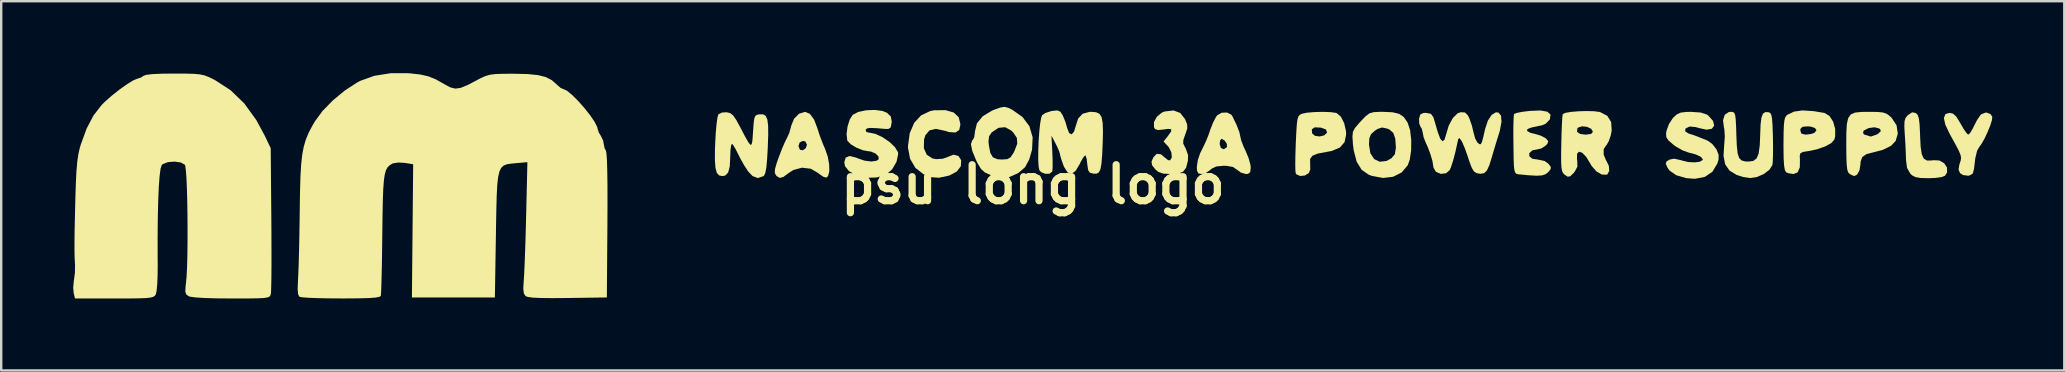
<source format=kicad_pcb>
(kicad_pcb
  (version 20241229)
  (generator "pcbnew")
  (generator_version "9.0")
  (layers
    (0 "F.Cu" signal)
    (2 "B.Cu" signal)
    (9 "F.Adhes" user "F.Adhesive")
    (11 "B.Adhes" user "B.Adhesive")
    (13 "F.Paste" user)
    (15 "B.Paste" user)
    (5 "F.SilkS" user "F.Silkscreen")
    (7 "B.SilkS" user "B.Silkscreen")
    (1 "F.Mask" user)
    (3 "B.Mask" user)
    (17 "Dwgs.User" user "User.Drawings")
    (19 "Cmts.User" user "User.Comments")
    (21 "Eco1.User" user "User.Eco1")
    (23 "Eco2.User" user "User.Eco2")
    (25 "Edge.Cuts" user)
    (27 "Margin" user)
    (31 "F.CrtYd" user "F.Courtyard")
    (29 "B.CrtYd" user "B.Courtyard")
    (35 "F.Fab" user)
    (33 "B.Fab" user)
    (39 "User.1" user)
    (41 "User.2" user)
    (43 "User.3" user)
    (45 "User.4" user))
  (footprint "psu long logo"
    (layer "F.Cu")
    (at 39.986 4.633)
    (property "Reference" "psu long logo" (at 0 0 0) (layer "F.SilkS") (effects (font (size 1.5 1.5) (thickness 0.3))))
    (attr board_only exclude_from_pos_files exclude_from_bom)
    (fp_poly (pts (xy 36.77 -2.978) (xy 36.788 -2.968) (xy 36.858 -2.892) (xy 36.906 -2.747) (xy 36.936 -2.501) (xy 36.954 -2.123) (xy 36.957 -2.021) (xy 36.98 -1.563) (xy 37.027 -1.255) (xy 37.111 -1.073) (xy 37.244 -0.995) (xy 37.439 -0.997) (xy 37.508 -1.009) (xy 37.76 -0.997) (xy 37.96 -0.882) (xy 38.078 -0.703) (xy 38.082 -0.501) (xy 37.996 -0.363) (xy 37.854 -0.306) (xy 37.587 -0.27) (xy 37.309 -0.259) (xy 36.975 -0.268) (xy 36.762 -0.305) (xy 36.619 -0.381) (xy 36.548 -0.448) (xy 36.411 -0.694) (xy 36.369 -1.031) (xy 36.361 -1.322) (xy 36.343 -1.702) (xy 36.319 -2.076) (xy 36.3 -2.416) (xy 36.308 -2.631) (xy 36.35 -2.768) (xy 36.434 -2.872) (xy 36.457 -2.893) (xy 36.625 -3.003)) (stroke (width 0) (type solid)) (fill yes) (layer "F.SilkS"))
    (fp_poly (pts (xy -3.305 -2.996) (xy -3.095 -2.798) (xy -3.024 -2.504) (xy -3.074 -2.269) (xy -3.229 -2.162) (xy -3.496 -2.181) (xy -3.671 -2.234) (xy -4.041 -2.314) (xy -4.312 -2.252) (xy -4.485 -2.048) (xy -4.539 -1.869) (xy -4.547 -1.505) (xy -4.427 -1.237) (xy -4.188 -1.082) (xy -4.039 -1.053) (xy -3.76 -1.069) (xy -3.541 -1.149) (xy -3.537 -1.152) (xy -3.307 -1.239) (xy -3.108 -1.186) (xy -2.992 -1.009) (xy -3.007 -0.758) (xy -3.173 -0.539) (xy -3.471 -0.378) (xy -3.522 -0.362) (xy -3.92 -0.278) (xy -4.251 -0.302) (xy -4.56 -0.423) (xy -4.901 -0.69) (xy -5.121 -1.067) (xy -5.208 -1.526) (xy -5.208 -1.598) (xy -5.137 -2.131) (xy -4.951 -2.563) (xy -4.662 -2.877) (xy -4.28 -3.057) (xy -4.114 -3.088) (xy -3.647 -3.094)) (stroke (width 0) (type solid)) (fill yes) (layer "F.SilkS"))
    (fp_poly (pts (xy 39.887 -2.933) (xy 39.964 -2.822) (xy 39.952 -2.686) (xy 39.878 -2.45) (xy 39.763 -2.167) (xy 39.631 -1.889) (xy 39.502 -1.667) (xy 39.433 -1.579) (xy 39.332 -1.404) (xy 39.257 -1.093) (xy 39.203 -0.648) (xy 39.153 -0.454) (xy 39.021 -0.373) (xy 38.957 -0.363) (xy 38.746 -0.39) (xy 38.623 -0.469) (xy 38.558 -0.616) (xy 38.592 -0.824) (xy 38.609 -0.875) (xy 38.65 -1.001) (xy 38.664 -1.11) (xy 38.64 -1.235) (xy 38.567 -1.408) (xy 38.434 -1.663) (xy 38.23 -2.032) (xy 38.194 -2.097) (xy 38.007 -2.49) (xy 37.947 -2.769) (xy 38.015 -2.932) (xy 38.186 -2.981) (xy 38.332 -2.947) (xy 38.464 -2.825) (xy 38.617 -2.579) (xy 38.645 -2.527) (xy 38.787 -2.285) (xy 38.906 -2.121) (xy 38.965 -2.073) (xy 39.043 -2.145) (xy 39.151 -2.328) (xy 39.205 -2.441) (xy 39.335 -2.69) (xy 39.468 -2.882) (xy 39.51 -2.925) (xy 39.706 -2.999)) (stroke (width 0) (type solid)) (fill yes) (layer "F.SilkS"))
    (fp_poly (pts (xy 6.133 -2.977) (xy 6.331 -2.724) (xy 6.335 -2.717) (xy 6.42 -2.506) (xy 6.428 -2.338) (xy 6.358 -2.119) (xy 6.342 -2.08) (xy 6.263 -1.853) (xy 6.258 -1.704) (xy 6.331 -1.553) (xy 6.354 -1.517) (xy 6.461 -1.222) (xy 6.452 -0.984) (xy 6.377 -0.691) (xy 6.246 -0.523) (xy 6.018 -0.447) (xy 5.738 -0.432) (xy 5.428 -0.45) (xy 5.228 -0.516) (xy 5.101 -0.621) (xy 4.959 -0.801) (xy 4.938 -0.95) (xy 5.014 -1.129) (xy 5.156 -1.276) (xy 5.331 -1.255) (xy 5.484 -1.125) (xy 5.623 -1.014) (xy 5.714 -1.001) (xy 5.785 -1.134) (xy 5.762 -1.339) (xy 5.656 -1.551) (xy 5.614 -1.6) (xy 5.439 -1.786) (xy 5.614 -2.008) (xy 5.752 -2.205) (xy 5.759 -2.3) (xy 5.619 -2.314) (xy 5.443 -2.289) (xy 5.209 -2.265) (xy 5.089 -2.303) (xy 5.04 -2.382) (xy 5.039 -2.598) (xy 5.162 -2.82) (xy 5.368 -2.992) (xy 5.486 -3.039) (xy 5.854 -3.081)) (stroke (width 0) (type solid)) (fill yes) (layer "F.SilkS"))
    (fp_poly (pts (xy -9.296 -2.94) (xy -9.119 -2.699) (xy -8.981 -2.333) (xy -8.88 -2.021) (xy -8.742 -1.663) (xy -8.665 -1.486) (xy -8.552 -1.163) (xy -8.492 -0.836) (xy -8.486 -0.55) (xy -8.537 -0.349) (xy -8.609 -0.283) (xy -8.731 -0.316) (xy -8.907 -0.437) (xy -8.945 -0.471) (xy -9.26 -0.654) (xy -9.625 -0.697) (xy -9.985 -0.601) (xy -10.179 -0.475) (xy -10.399 -0.312) (xy -10.549 -0.27) (xy -10.673 -0.344) (xy -10.713 -0.388) (xy -10.758 -0.487) (xy -10.749 -0.64) (xy -10.68 -0.885) (xy -10.588 -1.144) (xy -10.462 -1.471) (xy -10.408 -1.596) (xy -9.771 -1.596) (xy -9.711 -1.446) (xy -9.591 -1.42) (xy -9.47 -1.505) (xy -9.417 -1.651) (xy -9.482 -1.788) (xy -9.59 -1.814) (xy -9.722 -1.746) (xy -9.771 -1.596) (xy -10.408 -1.596) (xy -10.342 -1.752) (xy -10.253 -1.932) (xy -10.245 -1.944) (xy -10.154 -2.146) (xy -10.08 -2.41) (xy -10.075 -2.438) (xy -9.956 -2.735) (xy -9.75 -2.944) (xy -9.498 -3.024) (xy -9.498 -3.024)) (stroke (width 0) (type solid)) (fill yes) (layer "F.SilkS"))
    (fp_poly (pts (xy 32.529 -3.052) (xy 32.98 -2.974) (xy 33.181 -2.853) (xy 33.334 -2.615) (xy 33.419 -2.313) (xy 33.419 -2.001) (xy 33.381 -1.861) (xy 33.249 -1.717) (xy 32.991 -1.577) (xy 32.652 -1.46) (xy 32.312 -1.391) (xy 32.074 -1.352) (xy 31.965 -1.292) (xy 31.942 -1.173) (xy 31.951 -1.06) (xy 31.946 -0.711) (xy 31.852 -0.5) (xy 31.679 -0.433) (xy 31.473 -0.466) (xy 31.377 -0.507) (xy 31.326 -0.589) (xy 31.292 -0.773) (xy 31.272 -1.08) (xy 31.266 -1.532) (xy 31.266 -1.682) (xy 31.27 -2.147) (xy 31.274 -2.246) (xy 31.966 -2.246) (xy 32.011 -2.116) (xy 32.173 -2.075) (xy 32.204 -2.075) (xy 32.425 -2.102) (xy 32.56 -2.152) (xy 32.641 -2.257) (xy 32.576 -2.351) (xy 32.393 -2.41) (xy 32.263 -2.419) (xy 32.057 -2.399) (xy 31.975 -2.321) (xy 31.966 -2.246) (xy 31.274 -2.246) (xy 31.282 -2.469) (xy 31.306 -2.679) (xy 31.345 -2.807) (xy 31.404 -2.883) (xy 31.423 -2.898) (xy 31.697 -3.032) (xy 32.057 -3.083)) (stroke (width 0) (type solid)) (fill yes) (layer "F.SilkS"))
    (fp_poly (pts (xy 35.187 -3.019) (xy 35.414 -2.996) (xy 35.569 -2.942) (xy 35.701 -2.842) (xy 35.774 -2.771) (xy 35.977 -2.462) (xy 36.028 -2.115) (xy 35.938 -1.81) (xy 35.741 -1.605) (xy 35.405 -1.44) (xy 35.033 -1.343) (xy 34.721 -1.262) (xy 34.547 -1.14) (xy 34.477 -0.945) (xy 34.471 -0.827) (xy 34.432 -0.587) (xy 34.334 -0.409) (xy 34.217 -0.348) (xy 34.111 -0.389) (xy 34.026 -0.434) (xy 33.966 -0.493) (xy 33.925 -0.607) (xy 33.9 -0.805) (xy 33.887 -1.115) (xy 33.882 -1.566) (xy 33.882 -1.619) (xy 33.884 -2.131) (xy 34.58 -2.131) (xy 34.645 -2.071) (xy 34.907 -1.993) (xy 35.173 -2.088) (xy 35.211 -2.115) (xy 35.322 -2.221) (xy 35.293 -2.298) (xy 35.249 -2.332) (xy 35.057 -2.38) (xy 34.813 -2.347) (xy 34.613 -2.247) (xy 34.602 -2.237) (xy 34.58 -2.131) (xy 33.884 -2.131) (xy 33.884 -2.14) (xy 33.905 -2.513) (xy 33.961 -2.763) (xy 34.068 -2.914) (xy 34.244 -2.992) (xy 34.506 -3.02) (xy 34.837 -3.024)) (stroke (width 0) (type solid)) (fill yes) (layer "F.SilkS"))
    (fp_poly (pts (xy 12.39 -3.012) (xy 12.619 -2.981) (xy 12.653 -2.97) (xy 12.825 -2.823) (xy 12.961 -2.558) (xy 13.037 -2.23) (xy 13.046 -2.084) (xy 12.981 -1.763) (xy 12.782 -1.535) (xy 12.44 -1.393) (xy 12.225 -1.353) (xy 11.857 -1.284) (xy 11.638 -1.192) (xy 11.543 -1.057) (xy 11.547 -0.862) (xy 11.55 -0.616) (xy 11.491 -0.475) (xy 11.328 -0.372) (xy 11.131 -0.352) (xy 10.977 -0.417) (xy 10.944 -0.467) (xy 10.93 -0.595) (xy 10.926 -0.859) (xy 10.931 -1.223) (xy 10.945 -1.65) (xy 10.948 -1.727) (xy 10.97 -2.189) (xy 10.977 -2.295) (xy 11.615 -2.295) (xy 11.628 -2.126) (xy 11.745 -2.025) (xy 11.936 -1.998) (xy 12.127 -2.041) (xy 12.243 -2.147) (xy 12.25 -2.17) (xy 12.205 -2.288) (xy 12.006 -2.363) (xy 11.997 -2.365) (xy 11.739 -2.379) (xy 11.615 -2.295) (xy 10.977 -2.295) (xy 10.992 -2.509) (xy 11.019 -2.714) (xy 11.059 -2.835) (xy 11.117 -2.901) (xy 11.199 -2.942) (xy 11.207 -2.945) (xy 11.414 -2.988) (xy 11.724 -3.014) (xy 12.07 -3.023)) (stroke (width 0) (type solid)) (fill yes) (layer "F.SilkS"))
    (fp_poly (pts (xy 14.978 -3.006) (xy 15.254 -2.94) (xy 15.447 -2.807) (xy 15.598 -2.588) (xy 15.609 -2.568) (xy 15.71 -2.257) (xy 15.758 -1.853) (xy 15.754 -1.424) (xy 15.697 -1.036) (xy 15.613 -0.801) (xy 15.358 -0.499) (xy 15.004 -0.319) (xy 14.58 -0.269) (xy 14.115 -0.356) (xy 13.987 -0.404) (xy 13.692 -0.608) (xy 13.484 -0.948) (xy 13.358 -1.43) (xy 13.33 -1.664) (xy 13.996 -1.664) (xy 14.054 -1.302) (xy 14.212 -1.057) (xy 14.446 -0.944) (xy 14.731 -0.979) (xy 14.927 -1.085) (xy 15.073 -1.255) (xy 15.118 -1.52) (xy 15.118 -1.538) (xy 15.093 -1.905) (xy 15.012 -2.141) (xy 14.857 -2.282) (xy 14.755 -2.326) (xy 14.543 -2.371) (xy 14.36 -2.314) (xy 14.245 -2.239) (xy 14.086 -2.098) (xy 14.013 -1.93) (xy 13.996 -1.664) (xy 13.33 -1.664) (xy 13.327 -1.696) (xy 13.308 -1.99) (xy 13.327 -2.185) (xy 13.41 -2.347) (xy 13.579 -2.547) (xy 13.65 -2.625) (xy 13.857 -2.841) (xy 14.015 -2.96) (xy 14.193 -3.011) (xy 14.456 -3.024) (xy 14.574 -3.024)) (stroke (width 0) (type solid)) (fill yes) (layer "F.SilkS"))
    (fp_poly (pts (xy 29.154 -3.018) (xy 29.215 -2.981) (xy 29.254 -2.882) (xy 29.277 -2.692) (xy 29.292 -2.381) (xy 29.302 -2.07) (xy 29.321 -1.612) (xy 29.355 -1.299) (xy 29.416 -1.105) (xy 29.517 -1) (xy 29.67 -0.958) (xy 29.817 -0.952) (xy 30.011 -0.98) (xy 30.145 -1.083) (xy 30.23 -1.285) (xy 30.276 -1.612) (xy 30.295 -2.052) (xy 30.311 -2.491) (xy 30.346 -2.781) (xy 30.41 -2.947) (xy 30.512 -3.014) (xy 30.639 -3.009) (xy 30.709 -2.979) (xy 30.757 -2.902) (xy 30.788 -2.747) (xy 30.808 -2.484) (xy 30.822 -2.085) (xy 30.825 -1.986) (xy 30.831 -1.572) (xy 30.828 -1.206) (xy 30.818 -0.934) (xy 30.803 -0.806) (xy 30.678 -0.609) (xy 30.44 -0.43) (xy 30.147 -0.305) (xy 29.882 -0.266) (xy 29.587 -0.309) (xy 29.312 -0.395) (xy 29.015 -0.579) (xy 28.837 -0.834) (xy 28.768 -1.185) (xy 28.796 -1.659) (xy 28.8 -1.685) (xy 28.821 -1.997) (xy 28.804 -2.283) (xy 28.784 -2.377) (xy 28.747 -2.677) (xy 28.82 -2.902) (xy 28.989 -3.016) (xy 29.061 -3.024)) (stroke (width 0) (type solid)) (fill yes) (layer "F.SilkS"))
    (fp_poly (pts (xy 21.429 -3.029) (xy 21.56 -2.91) (xy 21.535 -2.723) (xy 21.521 -2.694) (xy 21.36 -2.53) (xy 21.207 -2.463) (xy 20.942 -2.408) (xy 20.778 -2.374) (xy 20.599 -2.307) (xy 20.583 -2.226) (xy 20.724 -2.149) (xy 20.886 -2.11) (xy 21.143 -2.036) (xy 21.344 -1.933) (xy 21.362 -1.919) (xy 21.464 -1.807) (xy 21.437 -1.707) (xy 21.37 -1.627) (xy 21.186 -1.502) (xy 21.045 -1.467) (xy 20.807 -1.421) (xy 20.677 -1.304) (xy 20.676 -1.175) (xy 20.807 -1.067) (xy 21.021 -1.037) (xy 21.317 -0.974) (xy 21.469 -0.864) (xy 21.574 -0.728) (xy 21.558 -0.626) (xy 21.469 -0.518) (xy 21.358 -0.427) (xy 21.207 -0.376) (xy 20.98 -0.362) (xy 20.64 -0.382) (xy 20.368 -0.409) (xy 20.246 -0.418) (xy 20.157 -0.434) (xy 20.096 -0.481) (xy 20.058 -0.582) (xy 20.036 -0.762) (xy 20.024 -1.046) (xy 20.018 -1.457) (xy 20.012 -1.931) (xy 20.011 -2.318) (xy 20.018 -2.641) (xy 20.03 -2.86) (xy 20.044 -2.935) (xy 20.145 -2.977) (xy 20.371 -3.022) (xy 20.674 -3.06) (xy 20.691 -3.062) (xy 21.139 -3.08)) (stroke (width 0) (type solid)) (fill yes) (layer "F.SilkS"))
    (fp_poly (pts (xy -1.033 -3.192) (xy -0.874 -3.115) (xy -0.436 -2.808) (xy -0.149 -2.422) (xy -0.015 -1.964) (xy -0.04 -1.446) (xy -0.158 -1.038) (xy -0.331 -0.717) (xy -0.591 -0.491) (xy -0.65 -0.457) (xy -0.969 -0.313) (xy -1.272 -0.278) (xy -1.624 -0.347) (xy -1.785 -0.4) (xy -2.007 -0.5) (xy -2.164 -0.641) (xy -2.306 -0.875) (xy -2.368 -1) (xy -2.532 -1.399) (xy -2.587 -1.675) (xy -2.545 -1.8) (xy -1.854 -1.8) (xy -1.839 -1.627) (xy -1.777 -1.309) (xy -1.67 -1.128) (xy -1.486 -1.05) (xy -1.287 -1.037) (xy -1.071 -1.053) (xy -0.934 -1.131) (xy -0.813 -1.314) (xy -0.775 -1.387) (xy -0.656 -1.694) (xy -0.671 -1.936) (xy -0.826 -2.166) (xy -0.904 -2.243) (xy -1.16 -2.383) (xy -1.438 -2.358) (xy -1.717 -2.17) (xy -1.723 -2.165) (xy -1.828 -2.01) (xy -1.854 -1.8) (xy -2.545 -1.8) (xy -2.534 -1.835) (xy -2.505 -1.857) (xy -2.447 -1.973) (xy -2.419 -2.181) (xy -2.419 -2.203) (xy -2.336 -2.546) (xy -2.095 -2.84) (xy -1.706 -3.075) (xy -1.604 -3.117) (xy -1.351 -3.206) (xy -1.186 -3.231)) (stroke (width 0) (type solid)) (fill yes) (layer "F.SilkS"))
    (fp_poly (pts (xy 8.263 -2.904) (xy 8.301 -2.851) (xy 8.48 -2.481) (xy 8.598 -2.176) (xy 8.639 -1.981) (xy 8.677 -1.821) (xy 8.773 -1.575) (xy 8.855 -1.398) (xy 8.979 -1.104) (xy 9.057 -0.824) (xy 9.071 -0.7) (xy 9.049 -0.51) (xy 8.957 -0.439) (xy 8.869 -0.432) (xy 8.657 -0.494) (xy 8.51 -0.605) (xy 8.33 -0.727) (xy 8.053 -0.775) (xy 7.948 -0.778) (xy 7.634 -0.748) (xy 7.432 -0.649) (xy 7.387 -0.605) (xy 7.194 -0.472) (xy 7.028 -0.432) (xy 6.889 -0.458) (xy 6.833 -0.569) (xy 6.825 -0.727) (xy 6.866 -1.015) (xy 6.965 -1.302) (xy 6.969 -1.311) (xy 7.121 -1.616) (xy 7.152 -1.685) (xy 7.776 -1.685) (xy 7.828 -1.518) (xy 7.947 -1.464) (xy 8.073 -1.548) (xy 8.08 -1.559) (xy 8.076 -1.688) (xy 7.984 -1.829) (xy 7.858 -1.9) (xy 7.851 -1.901) (xy 7.794 -1.827) (xy 7.776 -1.685) (xy 7.152 -1.685) (xy 7.221 -1.834) (xy 7.299 -2.029) (xy 7.382 -2.267) (xy 7.397 -2.312) (xy 7.506 -2.587) (xy 7.624 -2.811) (xy 7.672 -2.877) (xy 7.859 -2.987) (xy 8.082 -2.995)) (stroke (width 0) (type solid)) (fill yes) (layer "F.SilkS"))
    (fp_poly (pts (xy -6.269 -3.06) (xy -6.086 -2.986) (xy -5.925 -2.832) (xy -5.887 -2.626) (xy -5.891 -2.565) (xy -5.928 -2.376) (xy -6.023 -2.31) (xy -6.177 -2.314) (xy -6.547 -2.345) (xy -6.778 -2.353) (xy -6.907 -2.336) (xy -6.965 -2.291) (xy -6.975 -2.268) (xy -6.937 -2.18) (xy -6.836 -2.16) (xy -6.567 -2.106) (xy -6.266 -1.965) (xy -5.98 -1.77) (xy -5.752 -1.553) (xy -5.627 -1.345) (xy -5.616 -1.276) (xy -5.685 -0.945) (xy -5.866 -0.632) (xy -6.114 -0.412) (xy -6.138 -0.4) (xy -6.505 -0.291) (xy -6.926 -0.276) (xy -7.308 -0.356) (xy -7.353 -0.374) (xy -7.67 -0.557) (xy -7.832 -0.76) (xy -7.862 -0.92) (xy -7.805 -1.117) (xy -7.639 -1.184) (xy -7.371 -1.118) (xy -7.308 -1.089) (xy -7.018 -0.99) (xy -6.735 -0.954) (xy -6.516 -0.986) (xy -6.428 -1.05) (xy -6.439 -1.168) (xy -6.564 -1.289) (xy -6.751 -1.369) (xy -6.856 -1.382) (xy -7.095 -1.426) (xy -7.362 -1.534) (xy -7.595 -1.675) (xy -7.731 -1.818) (xy -7.74 -1.839) (xy -7.767 -2.099) (xy -7.726 -2.413) (xy -7.634 -2.706) (xy -7.509 -2.901) (xy -7.281 -3.019) (xy -6.953 -3.088) (xy -6.593 -3.103)) (stroke (width 0) (type solid)) (fill yes) (layer "F.SilkS"))
    (fp_poly (pts (xy -12.616 -2.97) (xy -12.492 -2.872) (xy -12.358 -2.678) (xy -12.217 -2.419) (xy -12.007 -2.017) (xy -11.864 -1.763) (xy -11.773 -1.649) (xy -11.72 -1.671) (xy -11.69 -1.823) (xy -11.67 -2.099) (xy -11.663 -2.203) (xy -11.639 -2.546) (xy -11.61 -2.753) (xy -11.562 -2.861) (xy -11.482 -2.906) (xy -11.388 -2.921) (xy -11.239 -2.918) (xy -11.134 -2.853) (xy -11.068 -2.705) (xy -11.035 -2.451) (xy -11.031 -2.07) (xy -11.05 -1.539) (xy -11.05 -1.53) (xy -11.078 -1.041) (xy -11.11 -0.701) (xy -11.151 -0.485) (xy -11.203 -0.369) (xy -11.231 -0.344) (xy -11.465 -0.266) (xy -11.683 -0.348) (xy -11.866 -0.54) (xy -12.033 -0.794) (xy -12.207 -1.106) (xy -12.269 -1.232) (xy -12.392 -1.474) (xy -12.496 -1.645) (xy -12.537 -1.691) (xy -12.575 -1.636) (xy -12.602 -1.449) (xy -12.614 -1.168) (xy -12.614 -1.146) (xy -12.634 -0.746) (xy -12.701 -0.494) (xy -12.823 -0.369) (xy -12.945 -0.346) (xy -13.08 -0.376) (xy -13.173 -0.482) (xy -13.229 -0.685) (xy -13.253 -1.007) (xy -13.25 -1.469) (xy -13.24 -1.724) (xy -13.217 -2.147) (xy -13.184 -2.511) (xy -13.147 -2.781) (xy -13.109 -2.917) (xy -13.107 -2.92) (xy -12.962 -2.994) (xy -12.763 -3.007)) (stroke (width 0) (type solid)) (fill yes) (layer "F.SilkS"))
    (fp_poly (pts (xy 27.813 -2.995) (xy 28.066 -2.914) (xy 28.131 -2.871) (xy 28.332 -2.643) (xy 28.377 -2.45) (xy 28.282 -2.319) (xy 28.063 -2.28) (xy 27.831 -2.329) (xy 27.579 -2.392) (xy 27.373 -2.41) (xy 27.344 -2.407) (xy 27.183 -2.328) (xy 27.168 -2.215) (xy 27.305 -2.122) (xy 27.318 -2.119) (xy 27.557 -2.042) (xy 27.689 -1.992) (xy 27.903 -1.906) (xy 28.096 -1.829) (xy 28.296 -1.688) (xy 28.465 -1.472) (xy 28.474 -1.455) (xy 28.564 -1.234) (xy 28.561 -1.039) (xy 28.508 -0.868) (xy 28.304 -0.528) (xy 27.989 -0.314) (xy 27.574 -0.234) (xy 27.214 -0.262) (xy 26.799 -0.383) (xy 26.517 -0.578) (xy 26.439 -0.687) (xy 26.362 -0.859) (xy 26.392 -0.955) (xy 26.515 -1.033) (xy 26.706 -1.072) (xy 26.982 -1.014) (xy 27.037 -0.995) (xy 27.3 -0.933) (xy 27.566 -0.918) (xy 27.783 -0.947) (xy 27.898 -1.017) (xy 27.905 -1.044) (xy 27.825 -1.15) (xy 27.607 -1.251) (xy 27.314 -1.327) (xy 27.07 -1.415) (xy 26.791 -1.573) (xy 26.68 -1.654) (xy 26.477 -1.828) (xy 26.385 -1.963) (xy 26.375 -2.121) (xy 26.393 -2.238) (xy 26.495 -2.518) (xy 26.665 -2.775) (xy 26.676 -2.786) (xy 26.827 -2.922) (xy 26.989 -2.993) (xy 27.226 -3.02) (xy 27.425 -3.022)) (stroke (width 0) (type solid)) (fill yes) (layer "F.SilkS"))
    (fp_poly (pts (xy 23.369 -3.049) (xy 23.604 -3.019) (xy 23.63 -3.012) (xy 23.925 -2.858) (xy 24.086 -2.599) (xy 24.108 -2.242) (xy 24.07 -2.045) (xy 23.989 -1.806) (xy 23.896 -1.642) (xy 23.868 -1.616) (xy 23.774 -1.466) (xy 23.774 -1.243) (xy 23.867 -1.015) (xy 23.885 -0.988) (xy 23.99 -0.773) (xy 24.006 -0.563) (xy 23.931 -0.422) (xy 23.9 -0.405) (xy 23.697 -0.411) (xy 23.472 -0.543) (xy 23.274 -0.768) (xy 23.222 -0.858) (xy 23.046 -1.148) (xy 22.881 -1.319) (xy 22.748 -1.364) (xy 22.668 -1.28) (xy 22.662 -1.061) (xy 22.673 -0.991) (xy 22.68 -0.74) (xy 22.567 -0.529) (xy 22.53 -0.485) (xy 22.386 -0.342) (xy 22.282 -0.32) (xy 22.16 -0.395) (xy 22.091 -0.46) (xy 22.044 -0.552) (xy 22.016 -0.699) (xy 22.003 -0.933) (xy 22.002 -1.284) (xy 22.009 -1.696) (xy 22.019 -2.13) (xy 22.022 -2.193) (xy 22.662 -2.193) (xy 22.795 -2.102) (xy 23.029 -2.073) (xy 23.256 -2.106) (xy 23.327 -2.194) (xy 23.253 -2.318) (xy 23.079 -2.399) (xy 22.876 -2.421) (xy 22.713 -2.37) (xy 22.679 -2.333) (xy 22.662 -2.193) (xy 22.022 -2.193) (xy 22.034 -2.502) (xy 22.05 -2.776) (xy 22.067 -2.92) (xy 22.071 -2.932) (xy 22.182 -2.982) (xy 22.418 -3.022) (xy 22.727 -3.047) (xy 23.06 -3.057)) (stroke (width 0) (type solid)) (fill yes) (layer "F.SilkS"))
    (fp_poly (pts (xy 1.14 -3.03) (xy 1.238 -2.876) (xy 1.349 -2.607) (xy 1.422 -2.354) (xy 1.505 -2.138) (xy 1.608 -2.086) (xy 1.708 -2.195) (xy 1.769 -2.397) (xy 1.88 -2.743) (xy 2.068 -2.944) (xy 2.355 -3.022) (xy 2.429 -3.024) (xy 2.629 -3.007) (xy 2.769 -2.941) (xy 2.857 -2.801) (xy 2.902 -2.561) (xy 2.914 -2.198) (xy 2.903 -1.711) (xy 2.88 -1.21) (xy 2.851 -0.858) (xy 2.808 -0.63) (xy 2.743 -0.501) (xy 2.65 -0.449) (xy 2.519 -0.449) (xy 2.516 -0.449) (xy 2.37 -0.487) (xy 2.298 -0.591) (xy 2.265 -0.811) (xy 2.263 -0.842) (xy 2.234 -1.067) (xy 2.192 -1.197) (xy 2.174 -1.21) (xy 2.105 -1.138) (xy 1.998 -0.958) (xy 1.942 -0.842) (xy 1.77 -0.557) (xy 1.602 -0.442) (xy 1.442 -0.498) (xy 1.296 -0.726) (xy 1.266 -0.798) (xy 1.18 -1.041) (xy 1.129 -1.22) (xy 1.123 -1.262) (xy 1.086 -1.388) (xy 0.992 -1.6) (xy 0.946 -1.691) (xy 0.769 -2.03) (xy 0.805 -1.339) (xy 0.817 -1) (xy 0.817 -0.723) (xy 0.806 -0.557) (xy 0.802 -0.54) (xy 0.692 -0.448) (xy 0.513 -0.441) (xy 0.339 -0.512) (xy 0.265 -0.594) (xy 0.232 -0.751) (xy 0.217 -1.032) (xy 0.219 -1.394) (xy 0.234 -1.794) (xy 0.261 -2.188) (xy 0.297 -2.531) (xy 0.341 -2.781) (xy 0.38 -2.886) (xy 0.524 -2.979) (xy 0.754 -3.053) (xy 0.795 -3.061) (xy 1.015 -3.083)) (stroke (width 0) (type solid)) (fill yes) (layer "F.SilkS"))
    (fp_poly (pts (xy 17.993 -2.998) (xy 18.11 -2.887) (xy 18.18 -2.749) (xy 18.284 -2.452) (xy 18.356 -2.147) (xy 18.423 -1.909) (xy 18.519 -1.74) (xy 18.533 -1.727) (xy 18.605 -1.674) (xy 18.657 -1.678) (xy 18.703 -1.768) (xy 18.758 -1.972) (xy 18.834 -2.304) (xy 18.95 -2.656) (xy 19.106 -2.897) (xy 19.283 -3.004) (xy 19.392 -2.994) (xy 19.498 -2.865) (xy 19.517 -2.609) (xy 19.45 -2.244) (xy 19.399 -2.073) (xy 19.302 -1.765) (xy 19.19 -1.392) (xy 19.125 -1.166) (xy 19.012 -0.803) (xy 18.91 -0.581) (xy 18.797 -0.471) (xy 18.651 -0.444) (xy 18.591 -0.449) (xy 18.463 -0.477) (xy 18.367 -0.545) (xy 18.282 -0.687) (xy 18.186 -0.937) (xy 18.096 -1.21) (xy 17.993 -1.5) (xy 17.891 -1.74) (xy 17.837 -1.84) (xy 17.759 -1.933) (xy 17.715 -1.887) (xy 17.685 -1.754) (xy 17.6 -1.365) (xy 17.504 -0.999) (xy 17.41 -0.711) (xy 17.359 -0.594) (xy 17.206 -0.465) (xy 16.989 -0.439) (xy 16.791 -0.523) (xy 16.778 -0.536) (xy 16.685 -0.699) (xy 16.674 -0.767) (xy 16.641 -0.974) (xy 16.555 -1.265) (xy 16.441 -1.568) (xy 16.361 -1.741) (xy 16.273 -1.965) (xy 16.242 -2.134) (xy 16.196 -2.322) (xy 16.149 -2.391) (xy 16.09 -2.539) (xy 16.084 -2.733) (xy 16.132 -2.911) (xy 16.258 -2.975) (xy 16.37 -2.981) (xy 16.574 -2.943) (xy 16.678 -2.804) (xy 16.691 -2.765) (xy 16.756 -2.544) (xy 16.84 -2.259) (xy 16.865 -2.173) (xy 16.967 -1.902) (xy 17.061 -1.798) (xy 17.143 -1.861) (xy 17.197 -2.038) (xy 17.319 -2.447) (xy 17.49 -2.766) (xy 17.689 -2.962) (xy 17.818 -3.008)) (stroke (width 0) (type solid)) (fill yes) (layer "F.SilkS"))
    (fp_poly (pts (xy -35.308 -4.616) (xy -34.964 -4.607) (xy -34.714 -4.585) (xy -34.519 -4.543) (xy -34.34 -4.475) (xy -34.136 -4.375) (xy -34.083 -4.348) (xy -33.43 -3.925) (xy -32.859 -3.374) (xy -32.357 -2.68) (xy -32.007 -2.03) (xy -31.758 -1.512) (xy -31.732 1.426) (xy -31.728 2.129) (xy -31.726 2.783) (xy -31.726 3.367) (xy -31.73 3.859) (xy -31.736 4.236) (xy -31.744 4.479) (xy -31.752 4.557) (xy -31.772 4.625) (xy -31.812 4.676) (xy -31.897 4.71) (xy -32.049 4.732) (xy -32.293 4.745) (xy -32.653 4.75) (xy -33.152 4.752) (xy -33.399 4.752) (xy -34.007 4.747) (xy -34.51 4.732) (xy -34.887 4.708) (xy -35.119 4.677) (xy -35.175 4.658) (xy -35.276 4.582) (xy -35.316 4.464) (xy -35.305 4.25) (xy -35.289 4.12) (xy -35.263 3.842) (xy -35.243 3.448) (xy -35.23 2.967) (xy -35.223 2.424) (xy -35.222 1.848) (xy -35.226 1.267) (xy -35.235 0.707) (xy -35.249 0.195) (xy -35.267 -0.241) (xy -35.291 -0.573) (xy -35.318 -0.775) (xy -35.334 -0.82) (xy -35.507 -0.915) (xy -35.767 -0.951) (xy -36.041 -0.928) (xy -36.252 -0.847) (xy -36.297 -0.808) (xy -36.345 -0.662) (xy -36.386 -0.356) (xy -36.42 0.095) (xy -36.445 0.68) (xy -36.462 1.384) (xy -36.47 2.194) (xy -36.468 3.097) (xy -36.466 3.307) (xy -36.469 3.765) (xy -36.485 4.154) (xy -36.512 4.439) (xy -36.546 4.581) (xy -36.588 4.641) (xy -36.655 4.685) (xy -36.773 4.715) (xy -36.965 4.735) (xy -37.256 4.746) (xy -37.669 4.751) (xy -38.23 4.752) (xy -38.274 4.752) (xy -39.911 4.752) (xy -39.966 4.531) (xy -39.986 4.295) (xy -39.96 4.016) (xy -39.955 3.991) (xy -39.915 3.681) (xy -39.91 3.375) (xy -39.91 3.369) (xy -39.924 3.119) (xy -39.932 2.83) (xy -39.933 2.477) (xy -39.929 2.035) (xy -39.918 1.478) (xy -39.901 0.781) (xy -39.896 0.562) (xy -39.875 -0.067) (xy -39.851 -0.555) (xy -39.818 -0.935) (xy -39.775 -1.239) (xy -39.717 -1.5) (xy -39.672 -1.656) (xy -39.424 -2.334) (xy -39.14 -2.874) (xy -38.799 -3.312) (xy -38.673 -3.438) (xy -38.381 -3.696) (xy -38.063 -3.948) (xy -37.757 -4.166) (xy -37.498 -4.327) (xy -37.323 -4.403) (xy -37.299 -4.406) (xy -37.141 -4.463) (xy -37.078 -4.513) (xy -36.955 -4.562) (xy -36.696 -4.595) (xy -36.286 -4.613) (xy -35.786 -4.618)) (stroke (width 0) (type solid)) (fill yes) (layer "F.SilkS"))
    (fp_poly (pts (xy -26.015 -4.632) (xy -25.983 -4.63) (xy -25.537 -4.581) (xy -25.194 -4.504) (xy -24.881 -4.378) (xy -24.529 -4.179) (xy -24.516 -4.172) (xy -24.276 -4.043) (xy -24.067 -3.991) (xy -23.843 -4.022) (xy -23.557 -4.139) (xy -23.264 -4.292) (xy -23.012 -4.426) (xy -22.811 -4.516) (xy -22.616 -4.571) (xy -22.383 -4.599) (xy -22.065 -4.609) (xy -21.642 -4.611) (xy -21.065 -4.598) (xy -20.628 -4.555) (xy -20.299 -4.473) (xy -20.047 -4.344) (xy -19.839 -4.16) (xy -19.834 -4.154) (xy -19.681 -4.021) (xy -19.572 -3.974) (xy -19.422 -3.908) (xy -19.206 -3.732) (xy -18.952 -3.479) (xy -18.691 -3.185) (xy -18.452 -2.883) (xy -18.263 -2.606) (xy -18.155 -2.389) (xy -18.14 -2.317) (xy -18.089 -2.163) (xy -18.011 -2.035) (xy -17.909 -1.827) (xy -17.884 -1.685) (xy -17.845 -1.496) (xy -17.796 -1.416) (xy -17.771 -1.302) (xy -17.751 -1.02) (xy -17.737 -0.576) (xy -17.729 0.026) (xy -17.727 0.78) (xy -17.731 1.683) (xy -17.731 1.69) (xy -17.754 4.709) (xy -19.384 4.732) (xy -20.021 4.737) (xy -20.5 4.732) (xy -20.837 4.716) (xy -21.047 4.688) (xy -21.141 4.651) (xy -21.212 4.541) (xy -21.236 4.343) (xy -21.217 4.023) (xy -21.202 3.79) (xy -21.184 3.416) (xy -21.165 2.93) (xy -21.145 2.364) (xy -21.128 1.747) (xy -21.116 1.286) (xy -21.064 -0.927) (xy -21.526 -0.886) (xy -21.742 -0.867) (xy -21.916 -0.839) (xy -22.052 -0.787) (xy -22.155 -0.691) (xy -22.231 -0.535) (xy -22.284 -0.301) (xy -22.32 0.028) (xy -22.343 0.471) (xy -22.358 1.044) (xy -22.371 1.766) (xy -22.376 2.097) (xy -22.419 4.709) (xy -24.147 4.709) (xy -25.875 4.709) (xy -25.849 1.934) (xy -25.823 -0.84) (xy -26.176 -0.897) (xy -26.448 -0.912) (xy -26.666 -0.877) (xy -26.697 -0.863) (xy -26.804 -0.797) (xy -26.89 -0.713) (xy -26.956 -0.592) (xy -27.007 -0.414) (xy -27.043 -0.162) (xy -27.069 0.186) (xy -27.087 0.646) (xy -27.099 1.239) (xy -27.108 1.984) (xy -27.109 2.073) (xy -27.117 2.712) (xy -27.126 3.297) (xy -27.137 3.805) (xy -27.148 4.212) (xy -27.159 4.497) (xy -27.17 4.636) (xy -27.171 4.644) (xy -27.231 4.684) (xy -27.389 4.714) (xy -27.663 4.734) (xy -28.069 4.746) (xy -28.626 4.75) (xy -28.831 4.75) (xy -29.348 4.747) (xy -29.809 4.737) (xy -30.184 4.722) (xy -30.444 4.703) (xy -30.56 4.682) (xy -30.617 4.578) (xy -30.636 4.348) (xy -30.62 3.972) (xy -30.62 3.97) (xy -30.606 3.702) (xy -30.592 3.294) (xy -30.578 2.778) (xy -30.565 2.188) (xy -30.555 1.556) (xy -30.549 1.123) (xy -30.538 0.341) (xy -30.52 -0.294) (xy -30.491 -0.807) (xy -30.447 -1.223) (xy -30.383 -1.568) (xy -30.295 -1.867) (xy -30.18 -2.146) (xy -30.032 -2.43) (xy -29.919 -2.624) (xy -29.602 -3.056) (xy -29.17 -3.499) (xy -28.675 -3.909) (xy -28.165 -4.242) (xy -28.029 -4.314) (xy -27.444 -4.524) (xy -26.758 -4.633)) (stroke (width 0) (type solid)) (fill yes) (layer "F.SilkS")))
  (gr_rect
    (start -3 -3)
    (end 82.95 12.384)
    (stroke (width 0.1) (type default))
    (fill no)
    (layer "Edge.Cuts")))
</source>
